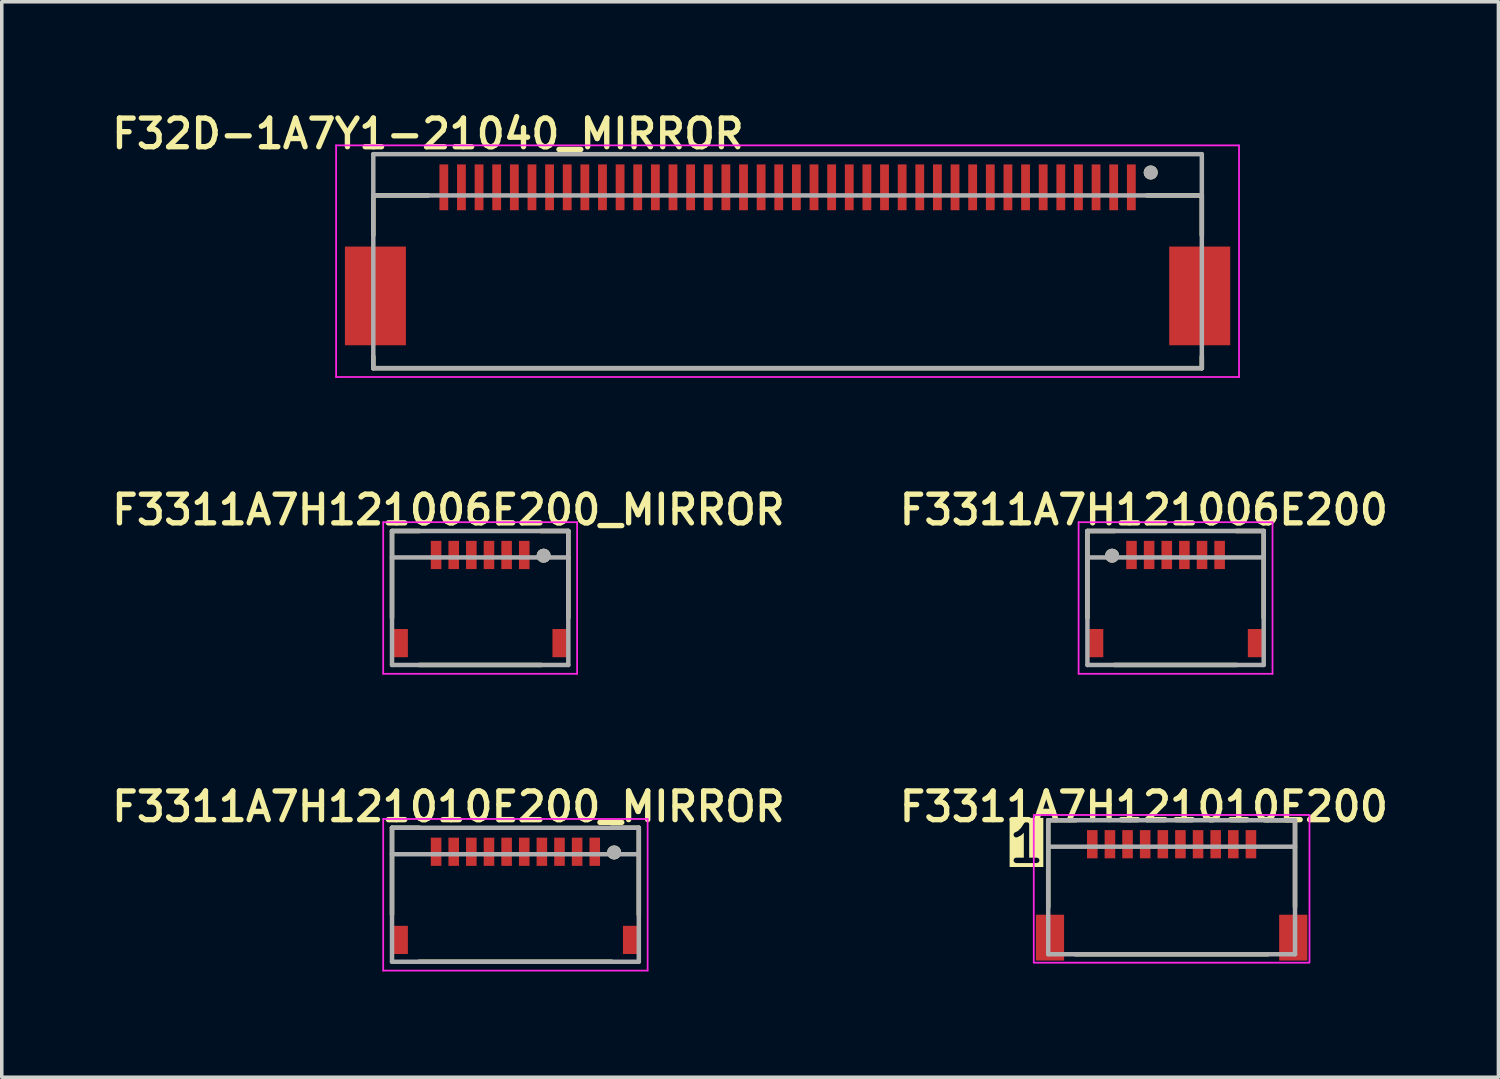
<source format=kicad_pcb>
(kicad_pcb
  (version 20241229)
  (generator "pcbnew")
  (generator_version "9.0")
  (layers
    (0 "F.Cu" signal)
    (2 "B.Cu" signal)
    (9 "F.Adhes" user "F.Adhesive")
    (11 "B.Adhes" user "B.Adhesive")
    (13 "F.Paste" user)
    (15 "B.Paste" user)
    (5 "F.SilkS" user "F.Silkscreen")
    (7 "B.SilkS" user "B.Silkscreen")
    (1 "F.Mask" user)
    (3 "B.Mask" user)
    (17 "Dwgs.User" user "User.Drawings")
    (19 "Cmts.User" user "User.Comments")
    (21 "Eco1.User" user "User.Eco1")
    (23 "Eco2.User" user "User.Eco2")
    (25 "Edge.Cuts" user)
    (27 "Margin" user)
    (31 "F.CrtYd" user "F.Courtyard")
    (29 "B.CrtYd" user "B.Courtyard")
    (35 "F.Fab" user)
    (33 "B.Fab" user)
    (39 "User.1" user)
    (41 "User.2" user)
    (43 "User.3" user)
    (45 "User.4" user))
  (footprint "F3311A7H121006E200"
    (layer "F.Cu")
    (at 30.293 14.411)
    (property "Reference" "F3311A7H121006E200" (at -0.9 -3 0) (layer "F.SilkS") (effects (font (size 0.813 0.813) (thickness 0.152) (bold yes))))
    (attr smd)
    (fp_line (start -2.5 -2.4) (end -2.5 0.06) (stroke (width 0.127) (type solid)) (layer "F.SilkS"))
    (fp_line (start -2.5 -2.4) (end -1.72 -2.4) (stroke (width 0.127) (type solid)) (layer "F.SilkS"))
    (fp_line (start -1.73 1.4) (end 1.73 1.4) (stroke (width 0.127) (type solid)) (layer "F.SilkS"))
    (fp_line (start 1.72 -2.4) (end 2.5 -2.4) (stroke (width 0.127) (type solid)) (layer "F.SilkS"))
    (fp_line (start 2.5 0.06) (end 2.5 -2.4) (stroke (width 0.127) (type solid)) (layer "F.SilkS"))
    (fp_circle (center -1.8 -1.7) (end -1.7 -1.7) (stroke (width 0.2) (type solid)) (fill no) (layer "F.SilkS"))
    (fp_line (start -2.75 -2.65) (end -2.75 1.65) (stroke (width 0.05) (type solid)) (layer "F.CrtYd"))
    (fp_line (start -2.75 1.65) (end 2.75 1.65) (stroke (width 0.05) (type solid)) (layer "F.CrtYd"))
    (fp_line (start 2.75 -2.65) (end -2.75 -2.65) (stroke (width 0.05) (type solid)) (layer "F.CrtYd"))
    (fp_line (start 2.75 1.65) (end 2.75 -2.65) (stroke (width 0.05) (type solid)) (layer "F.CrtYd"))
    (fp_line (start -2.5 -2.4) (end 2.5 -2.4) (stroke (width 0.127) (type solid)) (layer "F.Fab"))
    (fp_line (start -2.5 -1.65) (end -2.5 -2.4) (stroke (width 0.127) (type solid)) (layer "F.Fab"))
    (fp_line (start -2.5 -1.65) (end -2.5 1.4) (stroke (width 0.127) (type solid)) (layer "F.Fab"))
    (fp_line (start -2.5 1.4) (end 2.5 1.4) (stroke (width 0.127) (type solid)) (layer "F.Fab"))
    (fp_line (start 2.5 -2.4) (end 2.5 -1.65) (stroke (width 0.127) (type solid)) (layer "F.Fab"))
    (fp_line (start 2.5 -1.65) (end -2.5 -1.65) (stroke (width 0.127) (type solid)) (layer "F.Fab"))
    (fp_line (start 2.5 1.4) (end 2.5 -1.65) (stroke (width 0.127) (type solid)) (layer "F.Fab"))
    (fp_circle (center -1.8 -1.7) (end -1.7 -1.7) (stroke (width 0.2) (type solid)) (fill no) (layer "F.Fab"))
    (pad "1" smd rect (at -1.25 -1.72) (size 0.3 0.8) (layers "F.Cu" "F.Mask" "F.Paste"))
    (pad "2" smd rect (at -0.75 -1.72) (size 0.3 0.8) (layers "F.Cu" "F.Mask" "F.Paste"))
    (pad "3" smd rect (at -0.25 -1.72) (size 0.3 0.8) (layers "F.Cu" "F.Mask" "F.Paste"))
    (pad "4" smd rect (at 0.25 -1.72) (size 0.3 0.8) (layers "F.Cu" "F.Mask" "F.Paste"))
    (pad "5" smd rect (at 0.75 -1.72) (size 0.3 0.8) (layers "F.Cu" "F.Mask" "F.Paste"))
    (pad "6" smd rect (at 1.25 -1.72) (size 0.3 0.8) (layers "F.Cu" "F.Mask" "F.Paste"))
    (pad "SH" smd rect (at -2.25 0.78) (size 0.4 0.8) (layers "F.Cu" "F.Mask" "F.Paste"))
    (pad "SH" smd rect (at 2.25 0.78) (size 0.4 0.8) (layers "F.Cu" "F.Mask" "F.Paste")))
  (footprint "F32D-1A7Y1-21040_MIRROR"
    (layer "F.Cu")
    (at 19.288 5.343)
    (property "Reference" "F32D-1A7Y1-21040_MIRROR" (at -10.2 -4.6 0) (layer "F.SilkS") (effects (font (size 0.813 0.813) (thickness 0.152) (bold yes))))
    (attr smd)
    (fp_line (start -11.75 -2.85) (end -11.75 -1.72) (stroke (width 0.127) (type solid)) (layer "F.SilkS"))
    (fp_line (start -11.75 2.05) (end -11.75 1.72) (stroke (width 0.127) (type solid)) (layer "F.SilkS"))
    (fp_line (start -11.75 2.05) (end 11.75 2.05) (stroke (width 0.127) (type solid)) (layer "F.SilkS"))
    (fp_line (start -10.195 -2.85) (end -11.75 -2.85) (stroke (width 0.127) (type solid)) (layer "F.SilkS"))
    (fp_line (start 11.75 -2.85) (end 10.195 -2.85) (stroke (width 0.127) (type solid)) (layer "F.SilkS"))
    (fp_line (start 11.75 -1.72) (end 11.75 -2.85) (stroke (width 0.127) (type solid)) (layer "F.SilkS"))
    (fp_line (start 11.75 2.05) (end 11.75 1.72) (stroke (width 0.127) (type solid)) (layer "F.SilkS"))
    (fp_circle (center 10.3 -3.5) (end 10.4 -3.5) (stroke (width 0.2) (type solid)) (fill no) (layer "F.SilkS"))
    (fp_line (start -12.805 -4.27) (end -12.805 2.3) (stroke (width 0.05) (type solid)) (layer "F.CrtYd"))
    (fp_line (start -12.805 2.3) (end 12.805 2.3) (stroke (width 0.05) (type solid)) (layer "F.CrtYd"))
    (fp_line (start 12.805 -4.27) (end -12.805 -4.27) (stroke (width 0.05) (type solid)) (layer "F.CrtYd"))
    (fp_line (start 12.805 2.3) (end 12.805 -4.27) (stroke (width 0.05) (type solid)) (layer "F.CrtYd"))
    (fp_line (start -11.75 -4.02) (end -11.75 -2.85) (stroke (width 0.127) (type solid)) (layer "F.Fab"))
    (fp_line (start -11.75 -2.85) (end -11.75 2.05) (stroke (width 0.127) (type solid)) (layer "F.Fab"))
    (fp_line (start -11.75 2.05) (end 11.75 2.05) (stroke (width 0.127) (type solid)) (layer "F.Fab"))
    (fp_line (start 11.75 -4.02) (end -11.75 -4.02) (stroke (width 0.127) (type solid)) (layer "F.Fab"))
    (fp_line (start 11.75 -2.85) (end -11.75 -2.85) (stroke (width 0.127) (type solid)) (layer "F.Fab"))
    (fp_line (start 11.75 -2.85) (end 11.75 -4.02) (stroke (width 0.127) (type solid)) (layer "F.Fab"))
    (fp_line (start 11.75 2.05) (end 11.75 -2.85) (stroke (width 0.127) (type solid)) (layer "F.Fab"))
    (fp_circle (center 10.3 -3.5) (end 10.4 -3.5) (stroke (width 0.2) (type solid)) (fill no) (layer "F.Fab"))
    (pad "1" smd rect (at 9.75 -3.08) (size 0.25 1.3) (layers "F.Cu" "F.Mask" "F.Paste"))
    (pad "2" smd rect (at 9.25 -3.08) (size 0.25 1.3) (layers "F.Cu" "F.Mask" "F.Paste"))
    (pad "3" smd rect (at 8.75 -3.08) (size 0.25 1.3) (layers "F.Cu" "F.Mask" "F.Paste"))
    (pad "4" smd rect (at 8.25 -3.08) (size 0.25 1.3) (layers "F.Cu" "F.Mask" "F.Paste"))
    (pad "5" smd rect (at 7.75 -3.08) (size 0.25 1.3) (layers "F.Cu" "F.Mask" "F.Paste"))
    (pad "6" smd rect (at 7.25 -3.08) (size 0.25 1.3) (layers "F.Cu" "F.Mask" "F.Paste"))
    (pad "7" smd rect (at 6.75 -3.08) (size 0.25 1.3) (layers "F.Cu" "F.Mask" "F.Paste"))
    (pad "8" smd rect (at 6.25 -3.08) (size 0.25 1.3) (layers "F.Cu" "F.Mask" "F.Paste"))
    (pad "9" smd rect (at 5.75 -3.08) (size 0.25 1.3) (layers "F.Cu" "F.Mask" "F.Paste"))
    (pad "10" smd rect (at 5.25 -3.08) (size 0.25 1.3) (layers "F.Cu" "F.Mask" "F.Paste"))
    (pad "11" smd rect (at 4.75 -3.08) (size 0.25 1.3) (layers "F.Cu" "F.Mask" "F.Paste"))
    (pad "12" smd rect (at 4.25 -3.08) (size 0.25 1.3) (layers "F.Cu" "F.Mask" "F.Paste"))
    (pad "13" smd rect (at 3.75 -3.08) (size 0.25 1.3) (layers "F.Cu" "F.Mask" "F.Paste"))
    (pad "14" smd rect (at 3.25 -3.08) (size 0.25 1.3) (layers "F.Cu" "F.Mask" "F.Paste"))
    (pad "15" smd rect (at 2.75 -3.08) (size 0.25 1.3) (layers "F.Cu" "F.Mask" "F.Paste"))
    (pad "16" smd rect (at 2.25 -3.08) (size 0.25 1.3) (layers "F.Cu" "F.Mask" "F.Paste"))
    (pad "17" smd rect (at 1.75 -3.08) (size 0.25 1.3) (layers "F.Cu" "F.Mask" "F.Paste"))
    (pad "18" smd rect (at 1.25 -3.08) (size 0.25 1.3) (layers "F.Cu" "F.Mask" "F.Paste"))
    (pad "19" smd rect (at 0.75 -3.08) (size 0.25 1.3) (layers "F.Cu" "F.Mask" "F.Paste"))
    (pad "20" smd rect (at 0.25 -3.08) (size 0.25 1.3) (layers "F.Cu" "F.Mask" "F.Paste"))
    (pad "21" smd rect (at -0.25 -3.08) (size 0.25 1.3) (layers "F.Cu" "F.Mask" "F.Paste"))
    (pad "22" smd rect (at -0.75 -3.08) (size 0.25 1.3) (layers "F.Cu" "F.Mask" "F.Paste"))
    (pad "23" smd rect (at -1.25 -3.08) (size 0.25 1.3) (layers "F.Cu" "F.Mask" "F.Paste"))
    (pad "24" smd rect (at -1.75 -3.08) (size 0.25 1.3) (layers "F.Cu" "F.Mask" "F.Paste"))
    (pad "25" smd rect (at -2.25 -3.08) (size 0.25 1.3) (layers "F.Cu" "F.Mask" "F.Paste"))
    (pad "26" smd rect (at -2.75 -3.08) (size 0.25 1.3) (layers "F.Cu" "F.Mask" "F.Paste"))
    (pad "27" smd rect (at -3.25 -3.08) (size 0.25 1.3) (layers "F.Cu" "F.Mask" "F.Paste"))
    (pad "28" smd rect (at -3.75 -3.08) (size 0.25 1.3) (layers "F.Cu" "F.Mask" "F.Paste"))
    (pad "29" smd rect (at -4.25 -3.08) (size 0.25 1.3) (layers "F.Cu" "F.Mask" "F.Paste"))
    (pad "30" smd rect (at -4.75 -3.08) (size 0.25 1.3) (layers "F.Cu" "F.Mask" "F.Paste"))
    (pad "31" smd rect (at -5.25 -3.08) (size 0.25 1.3) (layers "F.Cu" "F.Mask" "F.Paste"))
    (pad "32" smd rect (at -5.75 -3.08) (size 0.25 1.3) (layers "F.Cu" "F.Mask" "F.Paste"))
    (pad "33" smd rect (at -6.25 -3.08) (size 0.25 1.3) (layers "F.Cu" "F.Mask" "F.Paste"))
    (pad "34" smd rect (at -6.75 -3.08) (size 0.25 1.3) (layers "F.Cu" "F.Mask" "F.Paste"))
    (pad "35" smd rect (at -7.25 -3.08) (size 0.25 1.3) (layers "F.Cu" "F.Mask" "F.Paste"))
    (pad "36" smd rect (at -7.75 -3.08) (size 0.25 1.3) (layers "F.Cu" "F.Mask" "F.Paste"))
    (pad "37" smd rect (at -8.25 -3.08) (size 0.25 1.3) (layers "F.Cu" "F.Mask" "F.Paste"))
    (pad "38" smd rect (at -8.75 -3.08) (size 0.25 1.3) (layers "F.Cu" "F.Mask" "F.Paste"))
    (pad "39" smd rect (at -9.25 -3.08) (size 0.25 1.3) (layers "F.Cu" "F.Mask" "F.Paste"))
    (pad "40" smd rect (at -9.75 -3.08) (size 0.25 1.3) (layers "F.Cu" "F.Mask" "F.Paste"))
    (pad "SH" smd rect (at -11.69 0) (size 1.73 2.8) (layers "F.Cu" "F.Mask" "F.Paste"))
    (pad "SH" smd rect (at 11.69 0) (size 1.73 2.8) (layers "F.Cu" "F.Mask" "F.Paste")))
  (footprint "F3311A7H121010E200"
    (layer "F.Cu")
    (at 30.181 22.115)
    (property "Reference" "F3311A7H121010E200" (at -0.787 -2.286 0) (layer "F.SilkS") (effects (font (size 0.813 0.813) (thickness 0.152) (bold yes))))
    (attr smd)
    (fp_line (start -3.5 -1.9) (end -3.5 0.56) (stroke (width 0.127) (type solid)) (layer "F.SilkS"))
    (fp_line (start -3.5 -1.9) (end -2.72 -1.9) (stroke (width 0.127) (type solid)) (layer "F.SilkS"))
    (fp_line (start -2.73 1.9) (end 2.73 1.9) (stroke (width 0.127) (type solid)) (layer "F.SilkS"))
    (fp_line (start 2.72 -1.9) (end 3.5 -1.9) (stroke (width 0.127) (type solid)) (layer "F.SilkS"))
    (fp_line (start 3.5 0.56) (end 3.5 -1.9) (stroke (width 0.127) (type solid)) (layer "F.SilkS"))
    (fp_rect (start -3.91 -2.05) (end 3.91 2.14) (stroke (width 0.05) (type default)) (fill no) (layer "F.CrtYd"))
    (fp_line (start -3.5 -1.9) (end 3.5 -1.9) (stroke (width 0.127) (type solid)) (layer "F.Fab"))
    (fp_line (start -3.5 -1.15) (end -3.5 -1.9) (stroke (width 0.127) (type solid)) (layer "F.Fab"))
    (fp_line (start -3.5 -1.15) (end -3.5 1.9) (stroke (width 0.127) (type solid)) (layer "F.Fab"))
    (fp_line (start -3.5 1.9) (end 3.5 1.9) (stroke (width 0.127) (type solid)) (layer "F.Fab"))
    (fp_line (start 3.5 -1.9) (end 3.5 -1.15) (stroke (width 0.127) (type solid)) (layer "F.Fab"))
    (fp_line (start 3.5 -1.15) (end -3.5 -1.15) (stroke (width 0.127) (type solid)) (layer "F.Fab"))
    (fp_line (start 3.5 1.9) (end 3.5 -1.15) (stroke (width 0.127) (type solid)) (layer "F.Fab"))
    (fp_text user "1" (at -4.7 -0.63 0) (unlocked yes) (layer "F.SilkS" knockout) (effects (font (size 1.016 1.016) (thickness 0.152)) (justify left bottom)))
    (pad "1" smd rect (at -2.25 -1.22) (size 0.3 0.8) (layers "F.Cu" "F.Mask" "F.Paste"))
    (pad "2" smd rect (at -1.75 -1.22) (size 0.3 0.8) (layers "F.Cu" "F.Mask" "F.Paste"))
    (pad "3" smd rect (at -1.25 -1.22) (size 0.3 0.8) (layers "F.Cu" "F.Mask" "F.Paste"))
    (pad "4" smd rect (at -0.75 -1.22) (size 0.3 0.8) (layers "F.Cu" "F.Mask" "F.Paste"))
    (pad "5" smd rect (at -0.25 -1.22) (size 0.3 0.8) (layers "F.Cu" "F.Mask" "F.Paste"))
    (pad "6" smd rect (at 0.25 -1.22) (size 0.3 0.8) (layers "F.Cu" "F.Mask" "F.Paste"))
    (pad "7" smd rect (at 0.75 -1.22) (size 0.3 0.8) (layers "F.Cu" "F.Mask" "F.Paste"))
    (pad "8" smd rect (at 1.25 -1.22) (size 0.3 0.8) (layers "F.Cu" "F.Mask" "F.Paste"))
    (pad "9" smd rect (at 1.75 -1.22) (size 0.3 0.8) (layers "F.Cu" "F.Mask" "F.Paste"))
    (pad "10" smd rect (at 2.25 -1.22) (size 0.3 0.8) (layers "F.Cu" "F.Mask" "F.Paste"))
    (pad "SH" smd rect (at -3.45 1.43) (size 0.8 1.3) (layers "F.Cu" "F.Mask" "F.Paste"))
    (pad "SH" smd rect (at 3.45 1.43) (size 0.8 1.3) (layers "F.Cu" "F.Mask" "F.Paste")))
  (footprint "F3311A7H121006E200_MIRROR"
    (layer "F.Cu")
    (at 10.569 14.411)
    (property "Reference" "F3311A7H121006E200_MIRROR" (at -0.9 -3 0) (layer "F.SilkS") (effects (font (size 0.813 0.813) (thickness 0.152) (bold yes))))
    (attr smd)
    (fp_line (start -2.5 -2.4) (end -2.5 0.06) (stroke (width 0.127) (type solid)) (layer "F.SilkS"))
    (fp_line (start -2.5 -2.4) (end -1.72 -2.4) (stroke (width 0.127) (type solid)) (layer "F.SilkS"))
    (fp_line (start -1.73 1.4) (end 1.73 1.4) (stroke (width 0.127) (type solid)) (layer "F.SilkS"))
    (fp_line (start 1.72 -2.4) (end 2.5 -2.4) (stroke (width 0.127) (type solid)) (layer "F.SilkS"))
    (fp_line (start 2.5 0.06) (end 2.5 -2.4) (stroke (width 0.127) (type solid)) (layer "F.SilkS"))
    (fp_circle (center 1.8 -1.7) (end 1.9 -1.7) (stroke (width 0.2) (type solid)) (fill no) (layer "F.SilkS"))
    (fp_line (start -2.75 -2.65) (end -2.75 1.65) (stroke (width 0.05) (type solid)) (layer "F.CrtYd"))
    (fp_line (start -2.75 1.65) (end 2.75 1.65) (stroke (width 0.05) (type solid)) (layer "F.CrtYd"))
    (fp_line (start 2.75 -2.65) (end -2.75 -2.65) (stroke (width 0.05) (type solid)) (layer "F.CrtYd"))
    (fp_line (start 2.75 1.65) (end 2.75 -2.65) (stroke (width 0.05) (type solid)) (layer "F.CrtYd"))
    (fp_line (start -2.5 -2.4) (end 2.5 -2.4) (stroke (width 0.127) (type solid)) (layer "F.Fab"))
    (fp_line (start -2.5 -1.65) (end -2.5 -2.4) (stroke (width 0.127) (type solid)) (layer "F.Fab"))
    (fp_line (start -2.5 -1.65) (end -2.5 1.4) (stroke (width 0.127) (type solid)) (layer "F.Fab"))
    (fp_line (start -2.5 1.4) (end 2.5 1.4) (stroke (width 0.127) (type solid)) (layer "F.Fab"))
    (fp_line (start 2.5 -2.4) (end 2.5 -1.65) (stroke (width 0.127) (type solid)) (layer "F.Fab"))
    (fp_line (start 2.5 -1.65) (end -2.5 -1.65) (stroke (width 0.127) (type solid)) (layer "F.Fab"))
    (fp_line (start 2.5 1.4) (end 2.5 -1.65) (stroke (width 0.127) (type solid)) (layer "F.Fab"))
    (fp_circle (center 1.8 -1.7) (end 1.9 -1.7) (stroke (width 0.2) (type solid)) (fill no) (layer "F.Fab"))
    (pad "1" smd rect (at 1.25 -1.72) (size 0.3 0.8) (layers "F.Cu" "F.Mask" "F.Paste"))
    (pad "2" smd rect (at 0.75 -1.72) (size 0.3 0.8) (layers "F.Cu" "F.Mask" "F.Paste"))
    (pad "3" smd rect (at 0.25 -1.72) (size 0.3 0.8) (layers "F.Cu" "F.Mask" "F.Paste"))
    (pad "4" smd rect (at -0.25 -1.72) (size 0.3 0.8) (layers "F.Cu" "F.Mask" "F.Paste"))
    (pad "5" smd rect (at -0.75 -1.72) (size 0.3 0.8) (layers "F.Cu" "F.Mask" "F.Paste"))
    (pad "6" smd rect (at -1.25 -1.72) (size 0.3 0.8) (layers "F.Cu" "F.Mask" "F.Paste"))
    (pad "SH" smd rect (at -2.25 0.78) (size 0.4 0.8) (layers "F.Cu" "F.Mask" "F.Paste"))
    (pad "SH" smd rect (at 2.25 0.78) (size 0.4 0.8) (layers "F.Cu" "F.Mask" "F.Paste")))
  (footprint "F3311A7H121010E200_MIRROR"
    (layer "F.Cu")
    (at 11.569 22.329)
    (property "Reference" "F3311A7H121010E200_MIRROR" (at -1.9 -2.5 0) (layer "F.SilkS") (effects (font (size 0.813 0.813) (thickness 0.152) (bold yes))))
    (attr smd)
    (fp_line (start -3.5 -1.9) (end -3.5 0.56) (stroke (width 0.127) (type solid)) (layer "F.SilkS"))
    (fp_line (start -3.5 -1.9) (end -2.72 -1.9) (stroke (width 0.127) (type solid)) (layer "F.SilkS"))
    (fp_line (start -2.73 1.9) (end 2.73 1.9) (stroke (width 0.127) (type solid)) (layer "F.SilkS"))
    (fp_line (start 2.72 -1.9) (end 3.5 -1.9) (stroke (width 0.127) (type solid)) (layer "F.SilkS"))
    (fp_line (start 3.5 0.56) (end 3.5 -1.9) (stroke (width 0.127) (type solid)) (layer "F.SilkS"))
    (fp_circle (center 2.8 -1.2) (end 2.9 -1.2) (stroke (width 0.2) (type solid)) (fill no) (layer "F.SilkS"))
    (fp_line (start -3.75 -2.15) (end -3.75 2.15) (stroke (width 0.05) (type solid)) (layer "F.CrtYd"))
    (fp_line (start -3.75 2.15) (end 3.75 2.15) (stroke (width 0.05) (type solid)) (layer "F.CrtYd"))
    (fp_line (start 3.75 -2.15) (end -3.75 -2.15) (stroke (width 0.05) (type solid)) (layer "F.CrtYd"))
    (fp_line (start 3.75 2.15) (end 3.75 -2.15) (stroke (width 0.05) (type solid)) (layer "F.CrtYd"))
    (fp_line (start -3.5 -1.9) (end 3.5 -1.9) (stroke (width 0.127) (type solid)) (layer "F.Fab"))
    (fp_line (start -3.5 -1.15) (end -3.5 -1.9) (stroke (width 0.127) (type solid)) (layer "F.Fab"))
    (fp_line (start -3.5 -1.15) (end -3.5 1.9) (stroke (width 0.127) (type solid)) (layer "F.Fab"))
    (fp_line (start -3.5 1.9) (end 3.5 1.9) (stroke (width 0.127) (type solid)) (layer "F.Fab"))
    (fp_line (start 3.5 -1.9) (end 3.5 -1.15) (stroke (width 0.127) (type solid)) (layer "F.Fab"))
    (fp_line (start 3.5 -1.15) (end -3.5 -1.15) (stroke (width 0.127) (type solid)) (layer "F.Fab"))
    (fp_line (start 3.5 1.9) (end 3.5 -1.15) (stroke (width 0.127) (type solid)) (layer "F.Fab"))
    (fp_circle (center 2.8 -1.2) (end 2.9 -1.2) (stroke (width 0.2) (type solid)) (fill no) (layer "F.Fab"))
    (pad "1" smd rect (at 2.25 -1.22) (size 0.3 0.8) (layers "F.Cu" "F.Mask" "F.Paste"))
    (pad "2" smd rect (at 1.75 -1.22) (size 0.3 0.8) (layers "F.Cu" "F.Mask" "F.Paste"))
    (pad "3" smd rect (at 1.25 -1.22) (size 0.3 0.8) (layers "F.Cu" "F.Mask" "F.Paste"))
    (pad "4" smd rect (at 0.75 -1.22) (size 0.3 0.8) (layers "F.Cu" "F.Mask" "F.Paste"))
    (pad "5" smd rect (at 0.25 -1.22) (size 0.3 0.8) (layers "F.Cu" "F.Mask" "F.Paste"))
    (pad "6" smd rect (at -0.25 -1.22) (size 0.3 0.8) (layers "F.Cu" "F.Mask" "F.Paste"))
    (pad "7" smd rect (at -0.75 -1.22) (size 0.3 0.8) (layers "F.Cu" "F.Mask" "F.Paste"))
    (pad "8" smd rect (at -1.25 -1.22) (size 0.3 0.8) (layers "F.Cu" "F.Mask" "F.Paste"))
    (pad "9" smd rect (at -1.75 -1.22) (size 0.3 0.8) (layers "F.Cu" "F.Mask" "F.Paste"))
    (pad "10" smd rect (at -2.25 -1.22) (size 0.3 0.8) (layers "F.Cu" "F.Mask" "F.Paste"))
    (pad "SH" smd rect (at -3.25 1.28) (size 0.4 0.8) (layers "F.Cu" "F.Mask" "F.Paste"))
    (pad "SH" smd rect (at 3.25 1.28) (size 0.4 0.8) (layers "F.Cu" "F.Mask" "F.Paste")))
  (gr_rect
    (start -3 -3)
    (end 39.45 27.504)
    (stroke (width 0.1) (type default))
    (fill no)
    (layer "Edge.Cuts")))
</source>
